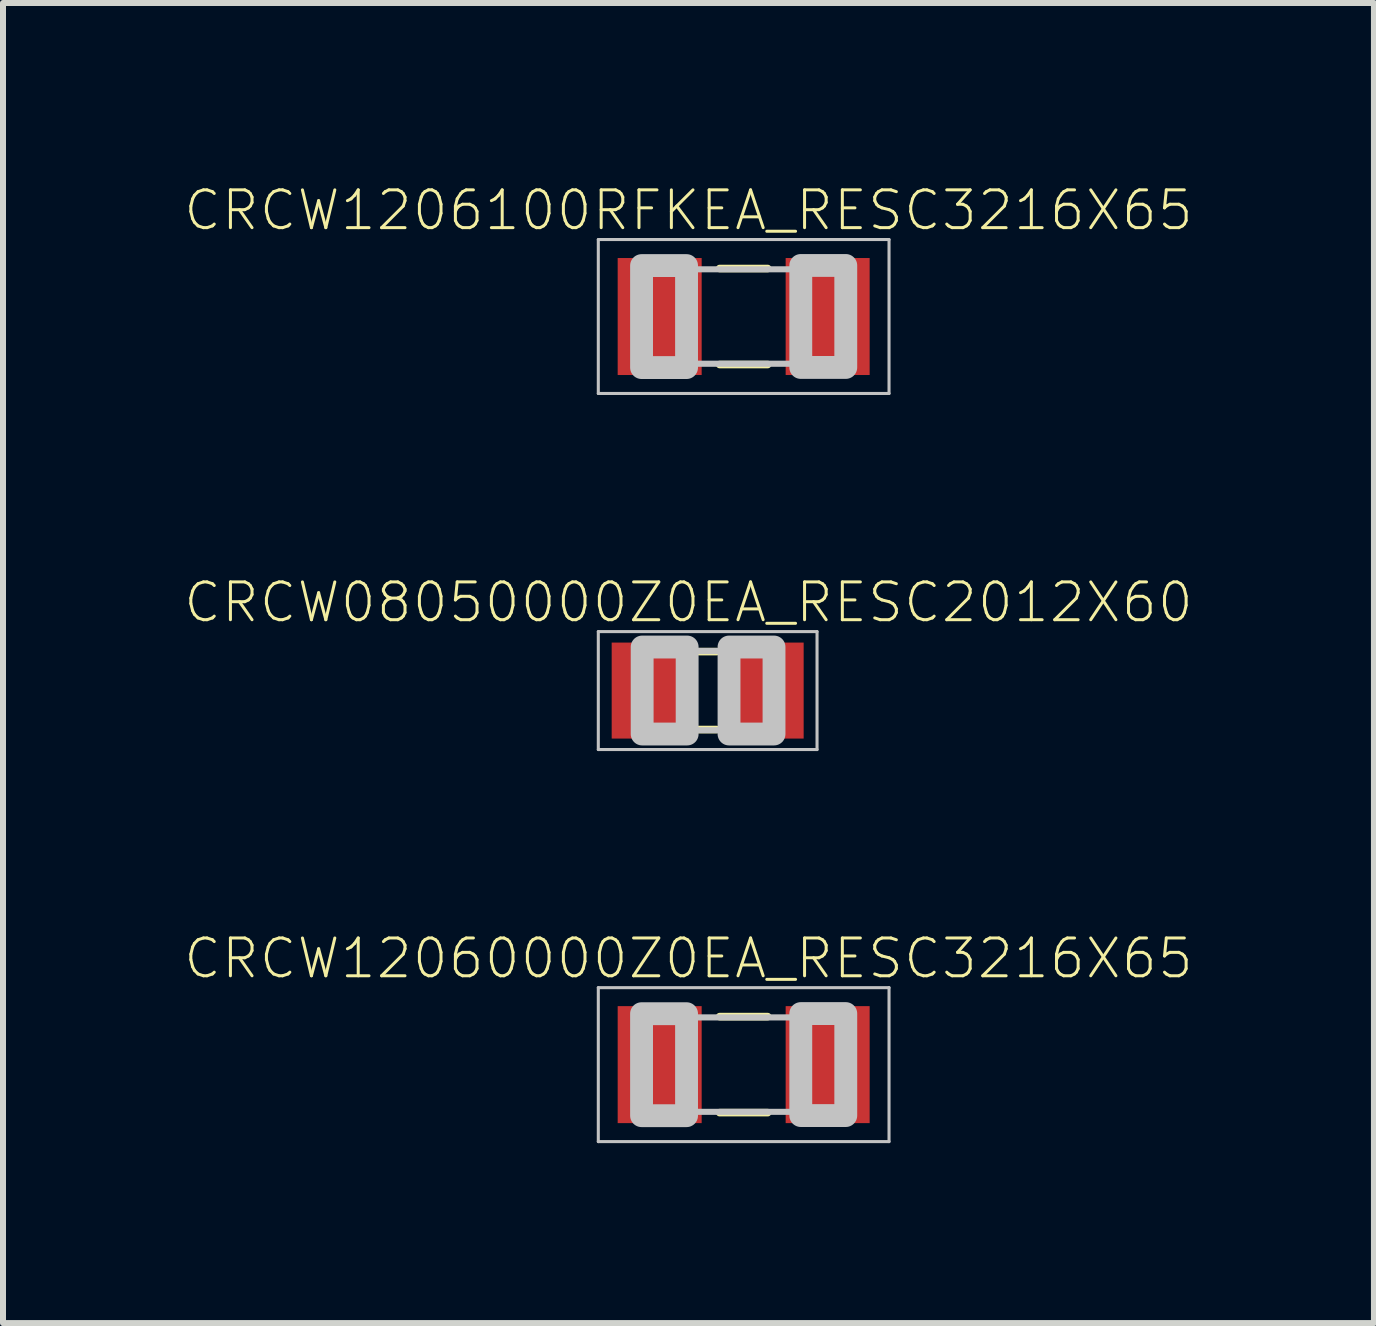
<source format=kicad_pcb>
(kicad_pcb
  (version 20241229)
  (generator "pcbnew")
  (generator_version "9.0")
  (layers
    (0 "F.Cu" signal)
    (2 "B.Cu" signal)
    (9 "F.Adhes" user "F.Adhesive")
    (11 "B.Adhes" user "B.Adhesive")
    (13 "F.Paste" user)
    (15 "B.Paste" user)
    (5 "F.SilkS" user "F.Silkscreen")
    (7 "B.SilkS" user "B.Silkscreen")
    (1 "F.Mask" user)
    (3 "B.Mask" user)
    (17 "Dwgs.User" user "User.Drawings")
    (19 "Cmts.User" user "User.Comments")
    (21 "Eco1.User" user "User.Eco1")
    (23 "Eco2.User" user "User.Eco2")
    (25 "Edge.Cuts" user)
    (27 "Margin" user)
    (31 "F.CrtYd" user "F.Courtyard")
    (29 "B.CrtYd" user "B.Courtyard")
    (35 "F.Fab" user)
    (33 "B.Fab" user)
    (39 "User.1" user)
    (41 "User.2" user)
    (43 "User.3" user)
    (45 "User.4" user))
  (footprint "CRCW1206100RFKEA_RESC3216X65"
    (layer "F.Cu")
    (at 9.346 2.226)
    (property "Reference" "CRCW1206100RFKEA_RESC3216X65" (at -0.92 -1.77 0) (layer "F.SilkS") (effects (font (size 0.63 0.63) (thickness 0.05))))
    (attr smd)
    (fp_line (start -0.4 -0.8) (end 0.4 -0.8) (stroke (width 0.127) (type solid)) (layer "F.SilkS"))
    (fp_line (start -0.4 0.8) (end 0.4 0.8) (stroke (width 0.127) (type solid)) (layer "F.SilkS"))
    (fp_line (start -2.423 -1.283) (end 2.423 -1.283) (stroke (width 0.051) (type solid)) (layer "Dwgs.User"))
    (fp_line (start -2.423 1.283) (end -2.423 -1.283) (stroke (width 0.051) (type solid)) (layer "Dwgs.User"))
    (fp_line (start -0.965 -0.787) (end 0.965 -0.787) (stroke (width 0.102) (type solid)) (layer "Dwgs.User"))
    (fp_line (start -0.965 0.787) (end 0.965 0.787) (stroke (width 0.102) (type solid)) (layer "Dwgs.User"))
    (fp_line (start 2.423 -1.283) (end 2.423 1.283) (stroke (width 0.051) (type solid)) (layer "Dwgs.User"))
    (fp_line (start 2.423 1.283) (end -2.423 1.283) (stroke (width 0.051) (type solid)) (layer "Dwgs.User"))
    (fp_poly (pts (xy -1.702 -0.849) (xy -0.952 -0.849) (xy -0.952 0.851) (xy -1.702 0.851)) (stroke (width 0.381) (type solid)) (fill no) (layer "Dwgs.User"))
    (fp_poly (pts (xy 0.952 -0.851) (xy 1.702 -0.851) (xy 1.702 0.849) (xy 0.952 0.849)) (stroke (width 0.381) (type solid)) (fill no) (layer "Dwgs.User"))
    (pad "1" smd rect (at -1.4 0) (size 1.4 1.95) (layers "F.Cu" "F.Mask" "F.Paste"))
    (pad "2" smd rect (at 1.4 0) (size 1.4 1.95) (layers "F.Cu" "F.Mask" "F.Paste")))
  (footprint "CRCW08050000Z0EA_RESC2012X60"
    (layer "F.Cu")
    (at 8.746 8.461)
    (property "Reference" "CRCW08050000Z0EA_RESC2012X60" (at -0.32 -1.47 0) (layer "F.SilkS") (effects (font (size 0.63 0.63) (thickness 0.05))))
    (attr smd)
    (fp_line (start -0.15 -0.65) (end 0.15 -0.65) (stroke (width 0.127) (type solid)) (layer "F.SilkS"))
    (fp_line (start -0.15 0.65) (end 0.15 0.65) (stroke (width 0.127) (type solid)) (layer "F.SilkS"))
    (fp_line (start -1.823 -0.983) (end 1.823 -0.983) (stroke (width 0.051) (type solid)) (layer "Dwgs.User"))
    (fp_line (start -1.823 0.983) (end -1.823 -0.983) (stroke (width 0.051) (type solid)) (layer "Dwgs.User"))
    (fp_line (start -0.381 -0.66) (end 0.381 -0.66) (stroke (width 0.102) (type solid)) (layer "Dwgs.User"))
    (fp_line (start -0.356 0.66) (end 0.381 0.66) (stroke (width 0.102) (type solid)) (layer "Dwgs.User"))
    (fp_line (start 1.823 -0.983) (end 1.823 0.983) (stroke (width 0.051) (type solid)) (layer "Dwgs.User"))
    (fp_line (start 1.823 0.983) (end -1.823 0.983) (stroke (width 0.051) (type solid)) (layer "Dwgs.User"))
    (fp_poly (pts (xy -1.092 -0.726) (xy -0.342 -0.726) (xy -0.342 0.724) (xy -1.092 0.724)) (stroke (width 0.381) (type solid)) (fill no) (layer "Dwgs.User"))
    (fp_poly (pts (xy 0.356 -0.726) (xy 1.106 -0.726) (xy 1.106 0.724) (xy 0.356 0.724)) (stroke (width 0.381) (type solid)) (fill no) (layer "Dwgs.User"))
    (pad "1" smd rect (at -0.95 0) (size 1.3 1.6) (layers "F.Cu" "F.Mask" "F.Paste"))
    (pad "2" smd rect (at 0.95 0) (size 1.3 1.6) (layers "F.Cu" "F.Mask" "F.Paste")))
  (footprint "CRCW12060000Z0EA_RESC3216X65"
    (layer "F.Cu")
    (at 9.346 14.696)
    (property "Reference" "CRCW12060000Z0EA_RESC3216X65" (at -0.92 -1.77 0) (layer "F.SilkS") (effects (font (size 0.63 0.63) (thickness 0.05))))
    (attr smd)
    (fp_line (start -0.4 -0.8) (end 0.4 -0.8) (stroke (width 0.127) (type solid)) (layer "F.SilkS"))
    (fp_line (start -0.4 0.8) (end 0.4 0.8) (stroke (width 0.127) (type solid)) (layer "F.SilkS"))
    (fp_line (start -2.423 -1.283) (end 2.423 -1.283) (stroke (width 0.051) (type solid)) (layer "Dwgs.User"))
    (fp_line (start -2.423 1.283) (end -2.423 -1.283) (stroke (width 0.051) (type solid)) (layer "Dwgs.User"))
    (fp_line (start -0.965 -0.787) (end 0.965 -0.787) (stroke (width 0.102) (type solid)) (layer "Dwgs.User"))
    (fp_line (start -0.965 0.787) (end 0.965 0.787) (stroke (width 0.102) (type solid)) (layer "Dwgs.User"))
    (fp_line (start 2.423 -1.283) (end 2.423 1.283) (stroke (width 0.051) (type solid)) (layer "Dwgs.User"))
    (fp_line (start 2.423 1.283) (end -2.423 1.283) (stroke (width 0.051) (type solid)) (layer "Dwgs.User"))
    (fp_poly (pts (xy -1.702 -0.849) (xy -0.952 -0.849) (xy -0.952 0.851) (xy -1.702 0.851)) (stroke (width 0.381) (type solid)) (fill no) (layer "Dwgs.User"))
    (fp_poly (pts (xy 0.952 -0.851) (xy 1.702 -0.851) (xy 1.702 0.849) (xy 0.952 0.849)) (stroke (width 0.381) (type solid)) (fill no) (layer "Dwgs.User"))
    (pad "1" smd rect (at -1.4 0) (size 1.4 1.95) (layers "F.Cu" "F.Mask" "F.Paste"))
    (pad "2" smd rect (at 1.4 0) (size 1.4 1.95) (layers "F.Cu" "F.Mask" "F.Paste")))
  (gr_rect
    (start -3 -3)
    (end 19.852 19.004)
    (stroke (width 0.1) (type default))
    (fill no)
    (layer "Edge.Cuts")))
</source>
